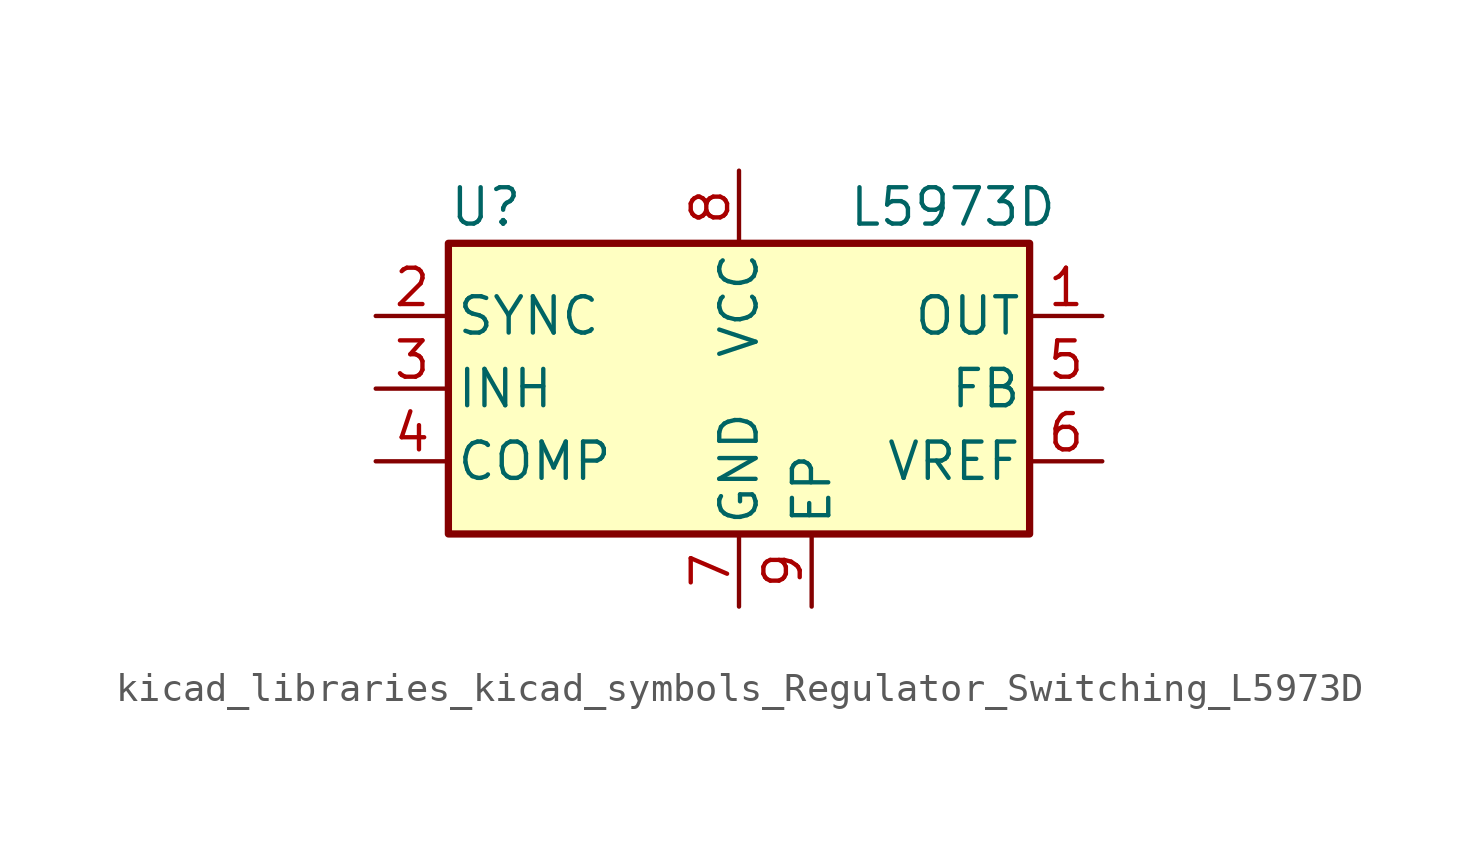
<source format=kicad_sym>
(kicad_symbol_lib
  (version 20220914)
  (generator kicad_symbol_editor)
  (symbol "kicad_libraries_kicad_symbols_Regulator_Switching_L5973D"
    (pin_names
      (offset 0.254))
    (property "Reference" "U"
      (at -10.16 6.35 0)
      (effects (font (size 1.27 1.27)) (justify left)))
    (property "Value" "L5973D"
      (at 3.81 6.35 0)
      (effects (font (size 1.27 1.27)) (justify left)))
    (symbol "kicad_libraries_kicad_symbols_Regulator_Switching_L5973D_0_1"
      (rectangle (start -10.16 5.08) (end 10.16 -5.08) (stroke (width 0.254) (type default)) (fill (type background))))
    (symbol "kicad_libraries_kicad_symbols_Regulator_Switching_L5973D_1_1"
      (pin output line (at 12.7 2.54 180) (length 2.54) (name "OUT" (effects (font (size 1.27 1.27)))) (number "1" (effects (font (size 1.27 1.27)))))
      (pin bidirectional line (at -12.7 2.54 0) (length 2.54) (name "SYNC" (effects (font (size 1.27 1.27)))) (number "2" (effects (font (size 1.27 1.27)))))
      (pin input line (at -12.7 0 0) (length 2.54) (name "INH" (effects (font (size 1.27 1.27)))) (number "3" (effects (font (size 1.27 1.27)))))
      (pin passive line (at -12.7 -2.54 0) (length 2.54) (name "COMP" (effects (font (size 1.27 1.27)))) (number "4" (effects (font (size 1.27 1.27)))))
      (pin input line (at 12.7 0 180) (length 2.54) (name "FB" (effects (font (size 1.27 1.27)))) (number "5" (effects (font (size 1.27 1.27)))))
      (pin output line (at 12.7 -2.54 180) (length 2.54) (name "VREF" (effects (font (size 1.27 1.27)))) (number "6" (effects (font (size 1.27 1.27)))))
      (pin power_in line (at 0 -7.62 90) (length 2.54) (name "GND" (effects (font (size 1.27 1.27)))) (number "7" (effects (font (size 1.27 1.27)))))
      (pin power_in line (at 0 7.62 270) (length 2.54) (name "VCC" (effects (font (size 1.27 1.27)))) (number "8" (effects (font (size 1.27 1.27)))))
      (pin passive line (at 2.54 -7.62 90) (length 2.54) (name "EP" (effects (font (size 1.27 1.27)))) (number "9" (effects (font (size 1.27 1.27))))))))
</source>
